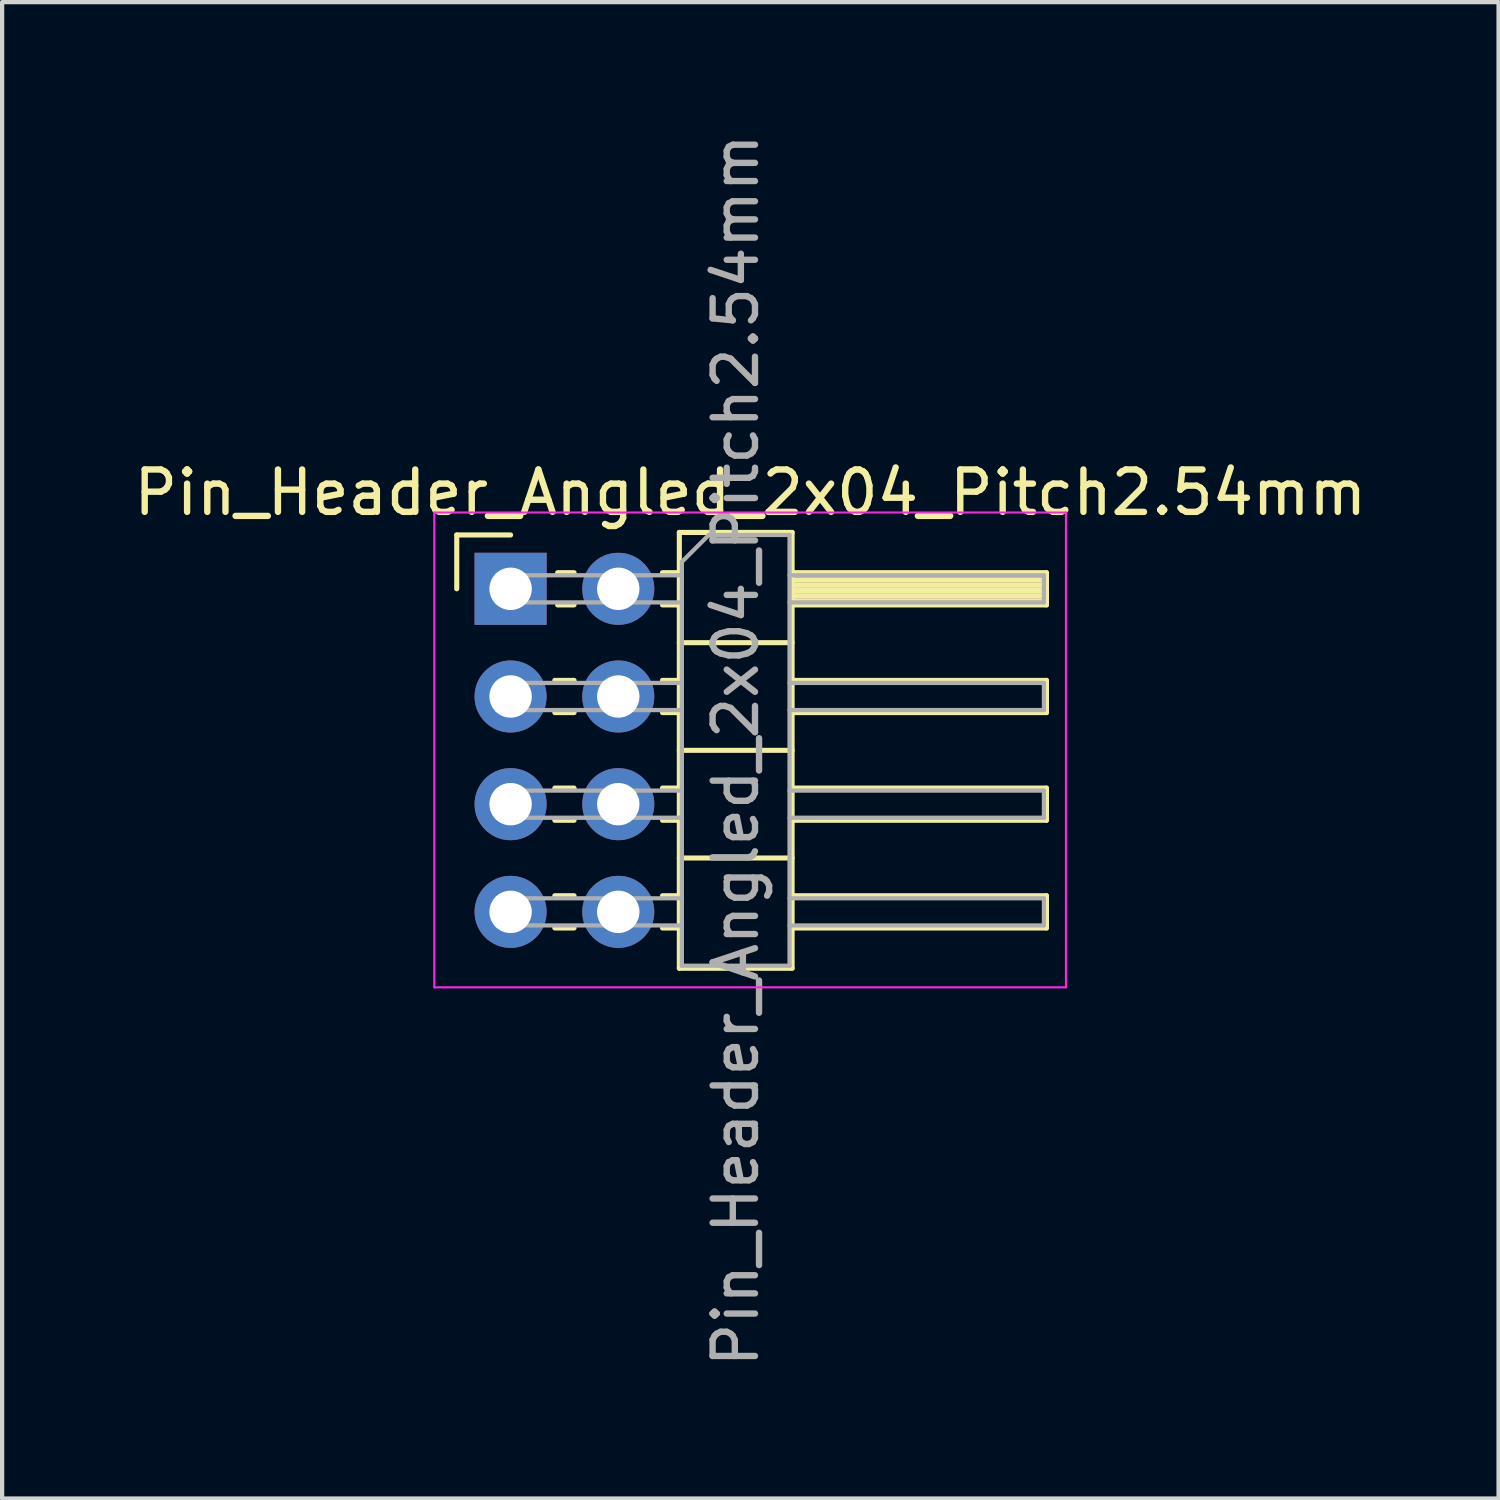
<source format=kicad_pcb>
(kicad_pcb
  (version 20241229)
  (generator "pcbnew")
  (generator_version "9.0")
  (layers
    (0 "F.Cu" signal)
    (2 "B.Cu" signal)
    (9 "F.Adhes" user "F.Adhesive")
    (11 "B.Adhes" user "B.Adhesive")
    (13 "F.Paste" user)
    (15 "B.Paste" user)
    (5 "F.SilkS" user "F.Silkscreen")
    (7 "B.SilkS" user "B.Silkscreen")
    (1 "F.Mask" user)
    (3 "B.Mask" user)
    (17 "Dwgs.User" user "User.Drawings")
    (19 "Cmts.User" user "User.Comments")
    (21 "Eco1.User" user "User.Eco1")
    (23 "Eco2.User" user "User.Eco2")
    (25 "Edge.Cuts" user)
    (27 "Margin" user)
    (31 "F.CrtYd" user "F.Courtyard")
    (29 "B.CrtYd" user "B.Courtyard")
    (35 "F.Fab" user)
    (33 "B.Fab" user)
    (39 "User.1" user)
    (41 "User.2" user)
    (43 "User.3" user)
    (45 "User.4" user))
  (footprint "Pin_Header_Angled_2x04_Pitch2.54mm"
    (layer "F.Cu")
    (at 8.994 10.839)
    (property "Reference" "Pin_Header_Angled_2x04_Pitch2.54mm" (at 5.655 -2.27 0) (layer "F.SilkS") (effects (font (size 1 1) (thickness 0.15))))
    (attr through_hole)
    (fp_line (start -1.27 -1.27) (end 0 -1.27) (stroke (width 0.12) (type solid)) (layer "F.SilkS"))
    (fp_line (start -1.27 0) (end -1.27 -1.27) (stroke (width 0.12) (type solid)) (layer "F.SilkS"))
    (fp_line (start 1.043 2.16) (end 1.497 2.16) (stroke (width 0.12) (type solid)) (layer "F.SilkS"))
    (fp_line (start 1.043 2.92) (end 1.497 2.92) (stroke (width 0.12) (type solid)) (layer "F.SilkS"))
    (fp_line (start 1.043 4.7) (end 1.497 4.7) (stroke (width 0.12) (type solid)) (layer "F.SilkS"))
    (fp_line (start 1.043 5.46) (end 1.497 5.46) (stroke (width 0.12) (type solid)) (layer "F.SilkS"))
    (fp_line (start 1.043 7.24) (end 1.497 7.24) (stroke (width 0.12) (type solid)) (layer "F.SilkS"))
    (fp_line (start 1.043 8) (end 1.497 8) (stroke (width 0.12) (type solid)) (layer "F.SilkS"))
    (fp_line (start 1.11 -0.38) (end 1.497 -0.38) (stroke (width 0.12) (type solid)) (layer "F.SilkS"))
    (fp_line (start 1.11 0.38) (end 1.497 0.38) (stroke (width 0.12) (type solid)) (layer "F.SilkS"))
    (fp_line (start 3.583 -0.38) (end 3.98 -0.38) (stroke (width 0.12) (type solid)) (layer "F.SilkS"))
    (fp_line (start 3.583 0.38) (end 3.98 0.38) (stroke (width 0.12) (type solid)) (layer "F.SilkS"))
    (fp_line (start 3.583 2.16) (end 3.98 2.16) (stroke (width 0.12) (type solid)) (layer "F.SilkS"))
    (fp_line (start 3.583 2.92) (end 3.98 2.92) (stroke (width 0.12) (type solid)) (layer "F.SilkS"))
    (fp_line (start 3.583 4.7) (end 3.98 4.7) (stroke (width 0.12) (type solid)) (layer "F.SilkS"))
    (fp_line (start 3.583 5.46) (end 3.98 5.46) (stroke (width 0.12) (type solid)) (layer "F.SilkS"))
    (fp_line (start 3.583 7.24) (end 3.98 7.24) (stroke (width 0.12) (type solid)) (layer "F.SilkS"))
    (fp_line (start 3.583 8) (end 3.98 8) (stroke (width 0.12) (type solid)) (layer "F.SilkS"))
    (fp_line (start 3.98 -1.33) (end 3.98 8.95) (stroke (width 0.12) (type solid)) (layer "F.SilkS"))
    (fp_line (start 3.98 1.27) (end 6.64 1.27) (stroke (width 0.12) (type solid)) (layer "F.SilkS"))
    (fp_line (start 3.98 3.81) (end 6.64 3.81) (stroke (width 0.12) (type solid)) (layer "F.SilkS"))
    (fp_line (start 3.98 6.35) (end 6.64 6.35) (stroke (width 0.12) (type solid)) (layer "F.SilkS"))
    (fp_line (start 3.98 8.95) (end 6.64 8.95) (stroke (width 0.12) (type solid)) (layer "F.SilkS"))
    (fp_line (start 6.64 -1.33) (end 3.98 -1.33) (stroke (width 0.12) (type solid)) (layer "F.SilkS"))
    (fp_line (start 6.64 -0.38) (end 12.64 -0.38) (stroke (width 0.12) (type solid)) (layer "F.SilkS"))
    (fp_line (start 6.64 -0.32) (end 12.64 -0.32) (stroke (width 0.12) (type solid)) (layer "F.SilkS"))
    (fp_line (start 6.64 -0.2) (end 12.64 -0.2) (stroke (width 0.12) (type solid)) (layer "F.SilkS"))
    (fp_line (start 6.64 -0.08) (end 12.64 -0.08) (stroke (width 0.12) (type solid)) (layer "F.SilkS"))
    (fp_line (start 6.64 0.04) (end 12.64 0.04) (stroke (width 0.12) (type solid)) (layer "F.SilkS"))
    (fp_line (start 6.64 0.16) (end 12.64 0.16) (stroke (width 0.12) (type solid)) (layer "F.SilkS"))
    (fp_line (start 6.64 0.28) (end 12.64 0.28) (stroke (width 0.12) (type solid)) (layer "F.SilkS"))
    (fp_line (start 6.64 2.16) (end 12.64 2.16) (stroke (width 0.12) (type solid)) (layer "F.SilkS"))
    (fp_line (start 6.64 4.7) (end 12.64 4.7) (stroke (width 0.12) (type solid)) (layer "F.SilkS"))
    (fp_line (start 6.64 7.24) (end 12.64 7.24) (stroke (width 0.12) (type solid)) (layer "F.SilkS"))
    (fp_line (start 6.64 8.95) (end 6.64 -1.33) (stroke (width 0.12) (type solid)) (layer "F.SilkS"))
    (fp_line (start 12.64 -0.38) (end 12.64 0.38) (stroke (width 0.12) (type solid)) (layer "F.SilkS"))
    (fp_line (start 12.64 0.38) (end 6.64 0.38) (stroke (width 0.12) (type solid)) (layer "F.SilkS"))
    (fp_line (start 12.64 2.16) (end 12.64 2.92) (stroke (width 0.12) (type solid)) (layer "F.SilkS"))
    (fp_line (start 12.64 2.92) (end 6.64 2.92) (stroke (width 0.12) (type solid)) (layer "F.SilkS"))
    (fp_line (start 12.64 4.7) (end 12.64 5.46) (stroke (width 0.12) (type solid)) (layer "F.SilkS"))
    (fp_line (start 12.64 5.46) (end 6.64 5.46) (stroke (width 0.12) (type solid)) (layer "F.SilkS"))
    (fp_line (start 12.64 7.24) (end 12.64 8) (stroke (width 0.12) (type solid)) (layer "F.SilkS"))
    (fp_line (start 12.64 8) (end 6.64 8) (stroke (width 0.12) (type solid)) (layer "F.SilkS"))
    (fp_line (start -1.8 -1.8) (end -1.8 9.4) (stroke (width 0.05) (type solid)) (layer "F.CrtYd"))
    (fp_line (start -1.8 9.4) (end 13.1 9.4) (stroke (width 0.05) (type solid)) (layer "F.CrtYd"))
    (fp_line (start 13.1 -1.8) (end -1.8 -1.8) (stroke (width 0.05) (type solid)) (layer "F.CrtYd"))
    (fp_line (start 13.1 9.4) (end 13.1 -1.8) (stroke (width 0.05) (type solid)) (layer "F.CrtYd"))
    (fp_line (start -0.32 -0.32) (end -0.32 0.32) (stroke (width 0.1) (type solid)) (layer "F.Fab"))
    (fp_line (start -0.32 -0.32) (end 4.04 -0.32) (stroke (width 0.1) (type solid)) (layer "F.Fab"))
    (fp_line (start -0.32 0.32) (end 4.04 0.32) (stroke (width 0.1) (type solid)) (layer "F.Fab"))
    (fp_line (start -0.32 2.22) (end -0.32 2.86) (stroke (width 0.1) (type solid)) (layer "F.Fab"))
    (fp_line (start -0.32 2.22) (end 4.04 2.22) (stroke (width 0.1) (type solid)) (layer "F.Fab"))
    (fp_line (start -0.32 2.86) (end 4.04 2.86) (stroke (width 0.1) (type solid)) (layer "F.Fab"))
    (fp_line (start -0.32 4.76) (end -0.32 5.4) (stroke (width 0.1) (type solid)) (layer "F.Fab"))
    (fp_line (start -0.32 4.76) (end 4.04 4.76) (stroke (width 0.1) (type solid)) (layer "F.Fab"))
    (fp_line (start -0.32 5.4) (end 4.04 5.4) (stroke (width 0.1) (type solid)) (layer "F.Fab"))
    (fp_line (start -0.32 7.3) (end -0.32 7.94) (stroke (width 0.1) (type solid)) (layer "F.Fab"))
    (fp_line (start -0.32 7.3) (end 4.04 7.3) (stroke (width 0.1) (type solid)) (layer "F.Fab"))
    (fp_line (start -0.32 7.94) (end 4.04 7.94) (stroke (width 0.1) (type solid)) (layer "F.Fab"))
    (fp_line (start 4.04 -0.635) (end 4.675 -1.27) (stroke (width 0.1) (type solid)) (layer "F.Fab"))
    (fp_line (start 4.04 8.89) (end 4.04 -0.635) (stroke (width 0.1) (type solid)) (layer "F.Fab"))
    (fp_line (start 4.675 -1.27) (end 6.58 -1.27) (stroke (width 0.1) (type solid)) (layer "F.Fab"))
    (fp_line (start 6.58 -1.27) (end 6.58 8.89) (stroke (width 0.1) (type solid)) (layer "F.Fab"))
    (fp_line (start 6.58 -0.32) (end 12.58 -0.32) (stroke (width 0.1) (type solid)) (layer "F.Fab"))
    (fp_line (start 6.58 0.32) (end 12.58 0.32) (stroke (width 0.1) (type solid)) (layer "F.Fab"))
    (fp_line (start 6.58 2.22) (end 12.58 2.22) (stroke (width 0.1) (type solid)) (layer "F.Fab"))
    (fp_line (start 6.58 2.86) (end 12.58 2.86) (stroke (width 0.1) (type solid)) (layer "F.Fab"))
    (fp_line (start 6.58 4.76) (end 12.58 4.76) (stroke (width 0.1) (type solid)) (layer "F.Fab"))
    (fp_line (start 6.58 5.4) (end 12.58 5.4) (stroke (width 0.1) (type solid)) (layer "F.Fab"))
    (fp_line (start 6.58 7.3) (end 12.58 7.3) (stroke (width 0.1) (type solid)) (layer "F.Fab"))
    (fp_line (start 6.58 7.94) (end 12.58 7.94) (stroke (width 0.1) (type solid)) (layer "F.Fab"))
    (fp_line (start 6.58 8.89) (end 4.04 8.89) (stroke (width 0.1) (type solid)) (layer "F.Fab"))
    (fp_line (start 12.58 -0.32) (end 12.58 0.32) (stroke (width 0.1) (type solid)) (layer "F.Fab"))
    (fp_line (start 12.58 2.22) (end 12.58 2.86) (stroke (width 0.1) (type solid)) (layer "F.Fab"))
    (fp_line (start 12.58 4.76) (end 12.58 5.4) (stroke (width 0.1) (type solid)) (layer "F.Fab"))
    (fp_line (start 12.58 7.3) (end 12.58 7.94) (stroke (width 0.1) (type solid)) (layer "F.Fab"))
    (fp_text user "${REFERENCE}" (at 5.31 3.81 90) (layer "F.Fab") (effects (font (size 1 1) (thickness 0.15))))
    (pad "1" thru_hole rect (at 0 0) (size 1.7 1.7) (drill 1) (layers "*.Cu" "*.Mask"))
    (pad "2" thru_hole oval (at 2.54 0) (size 1.7 1.7) (drill 1) (layers "*.Cu" "*.Mask"))
    (pad "3" thru_hole oval (at 0 2.54) (size 1.7 1.7) (drill 1) (layers "*.Cu" "*.Mask"))
    (pad "4" thru_hole oval (at 2.54 2.54) (size 1.7 1.7) (drill 1) (layers "*.Cu" "*.Mask"))
    (pad "5" thru_hole oval (at 0 5.08) (size 1.7 1.7) (drill 1) (layers "*.Cu" "*.Mask"))
    (pad "6" thru_hole oval (at 2.54 5.08) (size 1.7 1.7) (drill 1) (layers "*.Cu" "*.Mask"))
    (pad "7" thru_hole oval (at 0 7.62) (size 1.7 1.7) (drill 1) (layers "*.Cu" "*.Mask"))
    (pad "8" thru_hole oval (at 2.54 7.62) (size 1.7 1.7) (drill 1) (layers "*.Cu" "*.Mask")))
  (gr_rect
    (start -3 -3)
    (end 32.298 32.298)
    (stroke (width 0.1) (type default))
    (fill no)
    (layer "Edge.Cuts")))
</source>
